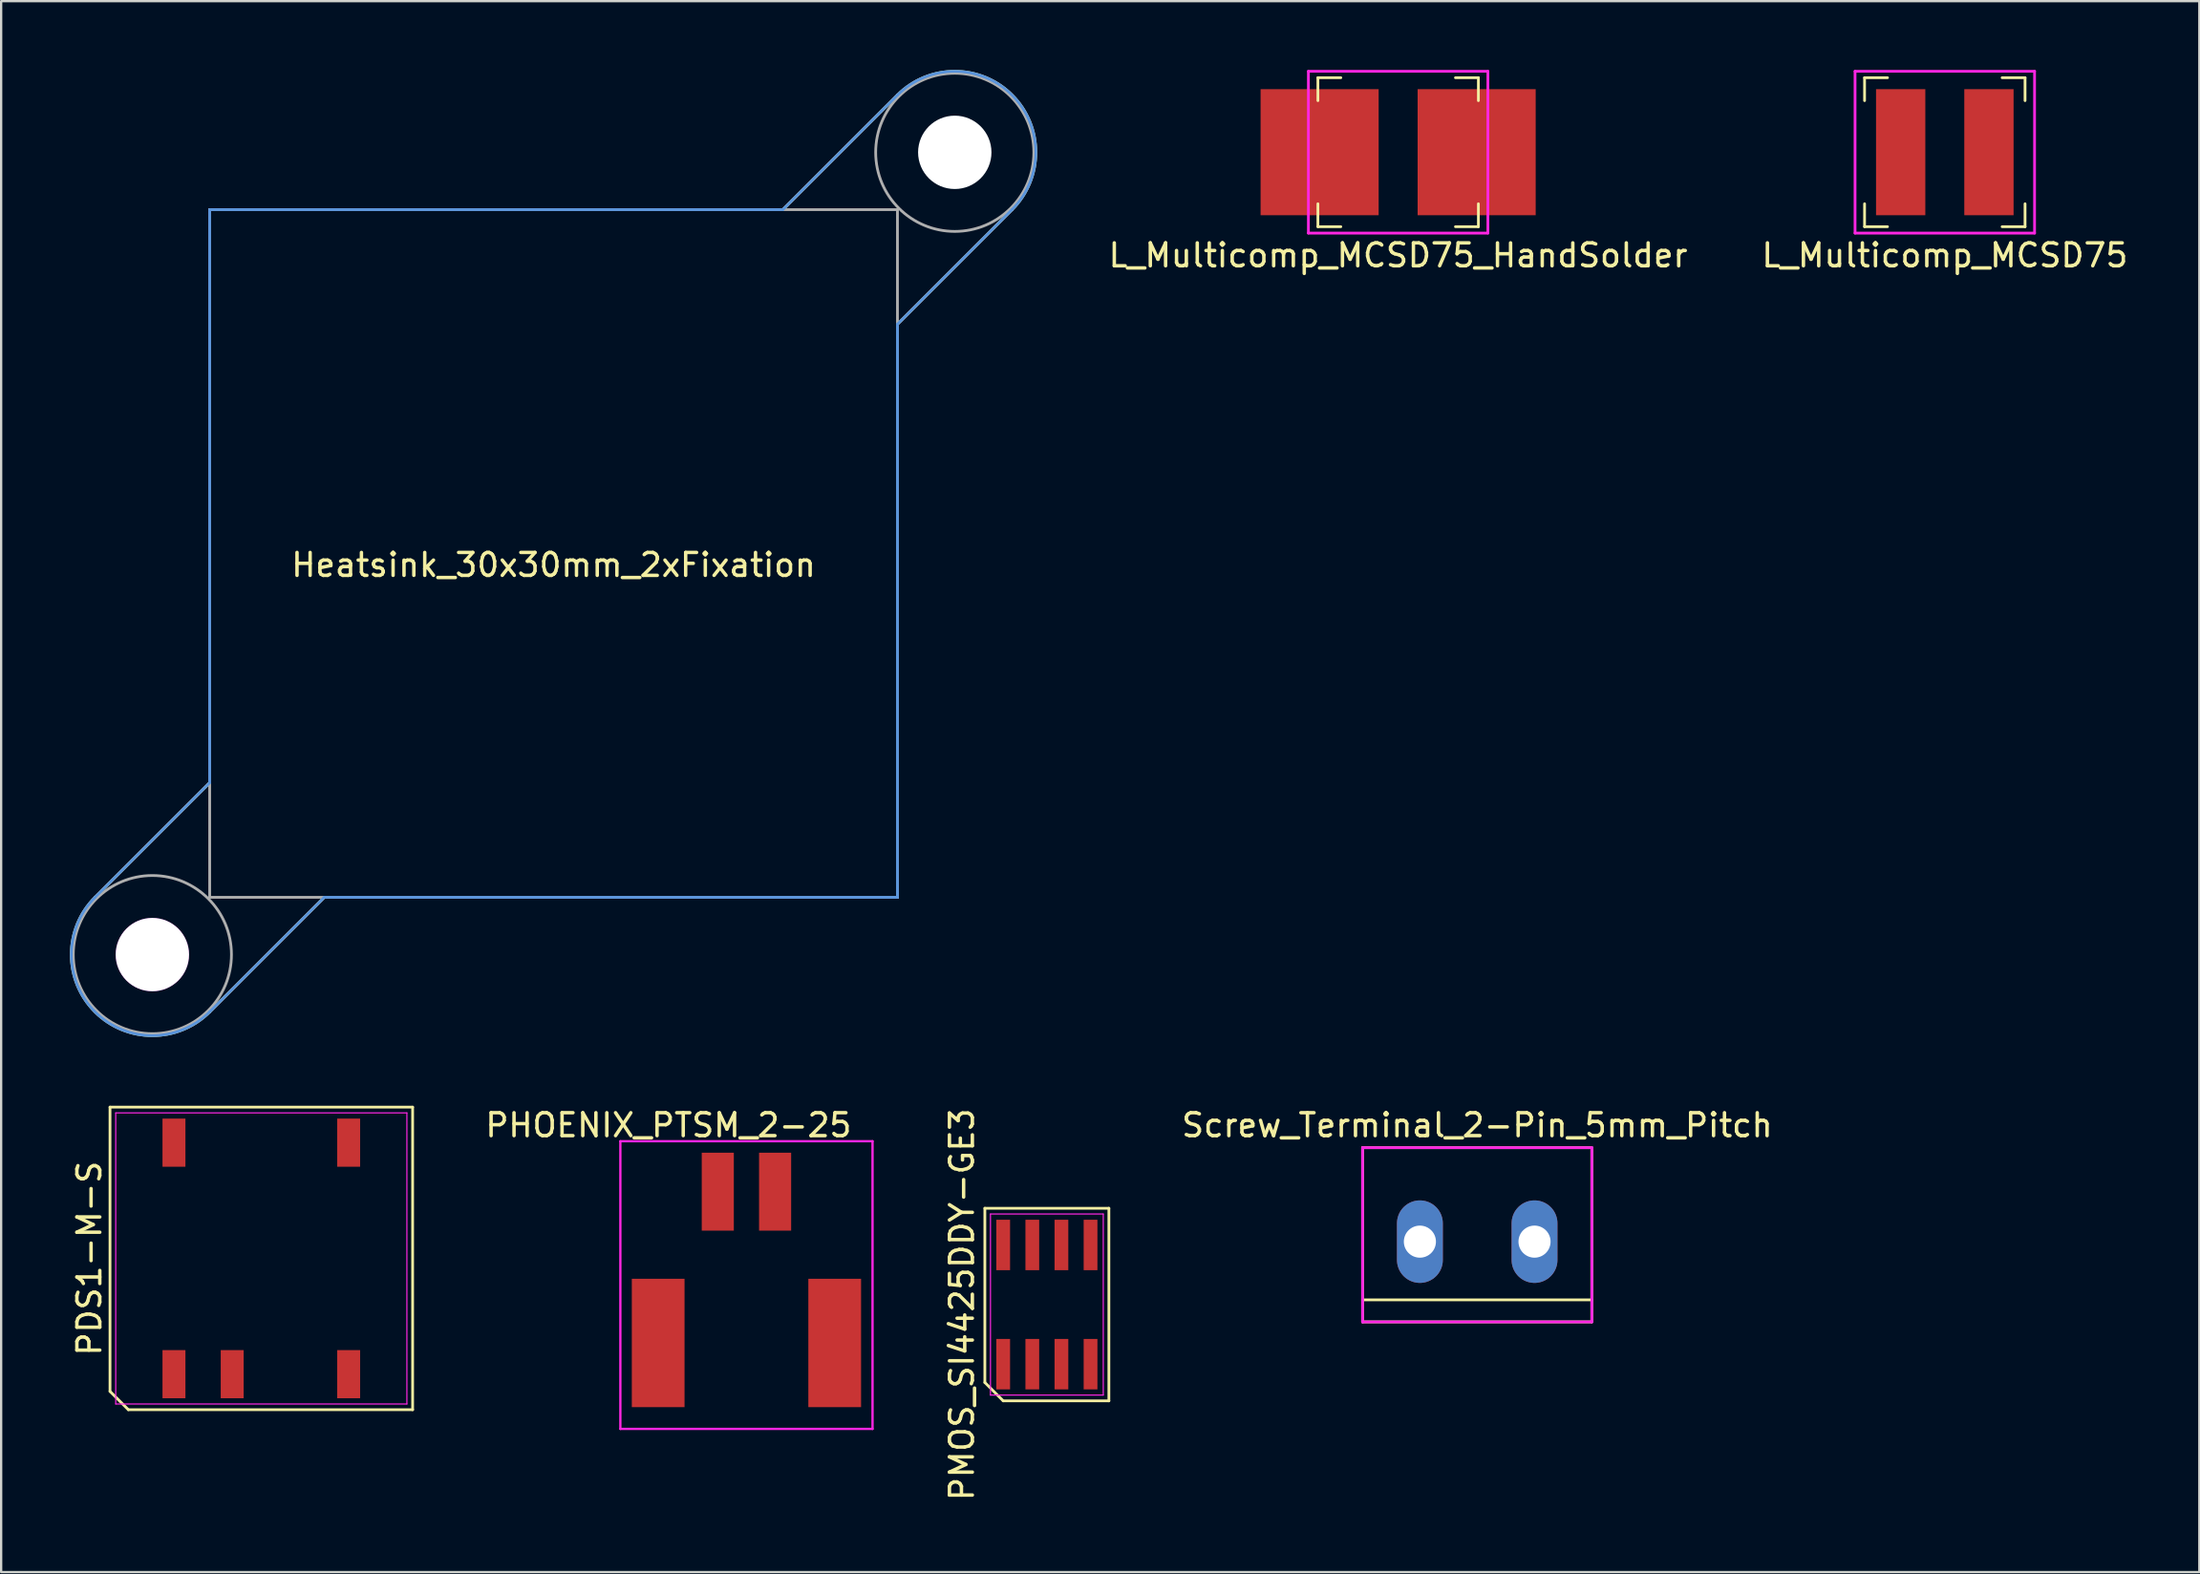
<source format=kicad_pcb>
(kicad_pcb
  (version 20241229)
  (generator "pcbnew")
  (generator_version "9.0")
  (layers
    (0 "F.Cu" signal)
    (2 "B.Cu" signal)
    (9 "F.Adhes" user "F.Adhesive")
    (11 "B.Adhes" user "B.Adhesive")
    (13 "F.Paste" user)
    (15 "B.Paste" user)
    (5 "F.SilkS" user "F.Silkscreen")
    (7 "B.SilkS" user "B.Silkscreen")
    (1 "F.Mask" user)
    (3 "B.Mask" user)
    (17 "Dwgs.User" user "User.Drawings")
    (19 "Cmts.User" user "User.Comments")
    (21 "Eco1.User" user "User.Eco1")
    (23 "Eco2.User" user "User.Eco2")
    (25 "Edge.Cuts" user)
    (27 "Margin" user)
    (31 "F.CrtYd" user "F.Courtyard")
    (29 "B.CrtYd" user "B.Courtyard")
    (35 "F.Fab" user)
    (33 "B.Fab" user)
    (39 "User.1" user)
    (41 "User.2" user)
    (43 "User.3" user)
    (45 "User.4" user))
  (footprint "PHOENIX_PTSM_2-25"
    (layer "F.Cu")
    (at 29.509 55.539)
    (property "Reference" "PHOENIX_PTSM_2-25" (at -3.4 -9.5 0) (layer "F.SilkS") (effects (font (size 1 1) (thickness 0.15))))
    (attr through_hole)
    (fp_line (start -5.5 -8.8) (end 5.5 -8.8) (stroke (width 0.1) (type solid)) (layer "F.CrtYd"))
    (fp_line (start -5.5 3.75) (end -5.5 -8.8) (stroke (width 0.1) (type solid)) (layer "F.CrtYd"))
    (fp_line (start -5.5 3.75) (end 5.5 3.75) (stroke (width 0.1) (type solid)) (layer "F.CrtYd"))
    (fp_line (start 5.5 3.75) (end 5.5 -8.8) (stroke (width 0.1) (type solid)) (layer "F.CrtYd"))
    (pad "1" smd rect (at -1.25 -6.6) (size 1.4 3.4) (layers "F.Cu" "F.Mask" "F.Paste"))
    (pad "2" smd rect (at 1.25 -6.6) (size 1.4 3.4) (layers "F.Cu" "F.Mask" "F.Paste"))
    (pad "NC" smd rect (at -3.85 0) (size 2.3 5.6) (layers "F.Cu" "F.Mask" "F.Paste"))
    (pad "NC" smd rect (at 3.85 0) (size 2.3 5.6) (layers "F.Cu" "F.Mask" "F.Paste")))
  (footprint "L_Multicomp_MCSD75_HandSolder"
    (layer "F.Cu")
    (at 57.935 3.59)
    (property "Reference" "L_Multicomp_MCSD75_HandSolder" (at 0 4.5 0) (layer "F.SilkS") (effects (font (size 1 1) (thickness 0.15))))
    (attr smd)
    (fp_line (start -3.5 -3.25) (end -3.5 -2.25) (stroke (width 0.12) (type solid)) (layer "F.SilkS"))
    (fp_line (start -3.5 2.25) (end -3.5 3.25) (stroke (width 0.12) (type solid)) (layer "F.SilkS"))
    (fp_line (start -3.5 3.25) (end -2.5 3.25) (stroke (width 0.12) (type solid)) (layer "F.SilkS"))
    (fp_line (start -2.5 -3.25) (end -3.5 -3.25) (stroke (width 0.12) (type solid)) (layer "F.SilkS"))
    (fp_line (start 2.5 -3.25) (end 3.5 -3.25) (stroke (width 0.12) (type solid)) (layer "F.SilkS"))
    (fp_line (start 3.5 -2.25) (end 3.5 -3.25) (stroke (width 0.12) (type solid)) (layer "F.SilkS"))
    (fp_line (start 3.5 3.25) (end 2.5 3.25) (stroke (width 0.12) (type solid)) (layer "F.SilkS"))
    (fp_line (start 3.5 3.25) (end 3.5 2.25) (stroke (width 0.12) (type solid)) (layer "F.SilkS"))
    (fp_line (start -3.915 -3.53) (end -3.915 3.53) (stroke (width 0.12) (type solid)) (layer "F.CrtYd"))
    (fp_line (start -3.915 -3.53) (end 3.915 -3.53) (stroke (width 0.12) (type solid)) (layer "F.CrtYd"))
    (fp_line (start -3.915 3.53) (end 3.915 3.53) (stroke (width 0.12) (type solid)) (layer "F.CrtYd"))
    (fp_line (start 3.915 -3.53) (end 3.915 3.53) (stroke (width 0.12) (type solid)) (layer "F.CrtYd"))
    (pad "1" smd rect (at -3.425 0) (size 5.15 5.5) (layers "F.Cu" "F.Mask" "F.Paste"))
    (pad "2" smd rect (at 3.425 0) (size 5.15 5.5) (layers "F.Cu" "F.Mask" "F.Paste")))
  (footprint "Heatsink_30x30mm_2xFixation"
    (layer "F.Cu")
    (at 21.096 21.096)
    (property "Reference" "Heatsink_30x30mm_2xFixation" (at 0 0.5 0) (layer "F.SilkS") (effects (font (size 1 1) (thickness 0.15))))
    (attr through_hole)
    (fp_line (start -20 15) (end -15 10) (stroke (width 0.12) (type solid)) (layer "F.SilkS"))
    (fp_line (start -15 -15) (end 10 -15) (stroke (width 0.12) (type solid)) (layer "F.SilkS"))
    (fp_line (start -15 10) (end -15 -15) (stroke (width 0.12) (type solid)) (layer "F.SilkS"))
    (fp_line (start -15 20) (end -10 15) (stroke (width 0.12) (type solid)) (layer "F.SilkS"))
    (fp_line (start 10 -15) (end 15 -20) (stroke (width 0.12) (type solid)) (layer "F.SilkS"))
    (fp_line (start 15 -10) (end 15 15) (stroke (width 0.12) (type solid)) (layer "F.SilkS"))
    (fp_line (start 15 -10) (end 20 -15) (stroke (width 0.12) (type solid)) (layer "F.SilkS"))
    (fp_line (start 15 15) (end -10 15) (stroke (width 0.12) (type solid)) (layer "F.SilkS"))
    (fp_arc (start -15.000001 19.999999) (mid -19.999999 19.999999) (end -19.999999 15.000001) (stroke (width 0.12) (type solid)) (layer "F.SilkS"))
    (fp_arc (start 15.000001 -19.999999) (mid 19.999999 -19.999999) (end 19.999999 -15.000001) (stroke (width 0.12) (type solid)) (layer "F.SilkS"))
    (fp_line (start -15 -15) (end -15 10) (stroke (width 0.12) (type solid)) (layer "Cmts.User"))
    (fp_line (start -15 -15) (end 10 -15) (stroke (width 0.12) (type solid)) (layer "Cmts.User"))
    (fp_line (start -15 10) (end -20 15) (stroke (width 0.12) (type solid)) (layer "Cmts.User"))
    (fp_line (start -15 20) (end -10 15) (stroke (width 0.12) (type solid)) (layer "Cmts.User"))
    (fp_line (start -10 15) (end 15 15) (stroke (width 0.12) (type solid)) (layer "Cmts.User"))
    (fp_line (start 10 -15) (end 15 -20) (stroke (width 0.12) (type solid)) (layer "Cmts.User"))
    (fp_line (start 15 -10) (end 20 -15) (stroke (width 0.12) (type solid)) (layer "Cmts.User"))
    (fp_line (start 15 15) (end 15 -10) (stroke (width 0.12) (type solid)) (layer "Cmts.User"))
    (fp_arc (start -15.000001 19.999999) (mid -19.999999 19.999999) (end -19.999999 15.000001) (stroke (width 0.12) (type solid)) (layer "Cmts.User"))
    (fp_arc (start 15.000001 -19.999999) (mid 19.999999 -19.999999) (end 19.999999 -15.000001) (stroke (width 0.12) (type solid)) (layer "Cmts.User"))
    (fp_line (start -15 -15) (end 15 -15) (stroke (width 0.12) (type solid)) (layer "F.Fab"))
    (fp_line (start -15 15) (end -15 -15) (stroke (width 0.12) (type solid)) (layer "F.Fab"))
    (fp_line (start 15 -15) (end 15 15) (stroke (width 0.12) (type solid)) (layer "F.Fab"))
    (fp_line (start 15 15) (end -15 15) (stroke (width 0.12) (type solid)) (layer "F.Fab"))
    (fp_circle (center -17.5 17.5) (end -14.05 17.5) (stroke (width 0.12) (type solid)) (fill no) (layer "F.Fab"))
    (fp_circle (center 17.5 -17.5) (end 20.95 -17.5) (stroke (width 0.12) (type solid)) (fill no) (layer "F.Fab"))
    (pad "" np_thru_hole circle (at -17.5 17.5) (size 3.2 3.2) (drill 3.2) (layers "*.Cu" "*.Mask" "F.Adhes"))
    (pad "" np_thru_hole circle (at 17.5 -17.5) (size 3.2 3.2) (drill 3.2) (layers "*.Cu" "*.Mask")))
  (footprint "PMOS_SI4425DDY-GE3"
    (layer "F.Cu")
    (at 42.613 53.864)
    (property "Reference" "PMOS_SI4425DDY-GE3" (at -3.705 0 90) (layer "F.SilkS") (effects (font (size 1 1) (thickness 0.15))))
    (attr smd)
    (fp_line (start -2.705 -4.2) (end 2.705 -4.2) (stroke (width 0.12) (type solid)) (layer "F.SilkS"))
    (fp_line (start -2.705 3.4) (end -2.705 -4.2) (stroke (width 0.12) (type solid)) (layer "F.SilkS"))
    (fp_line (start -1.905 4.2) (end -2.705 3.4) (stroke (width 0.12) (type solid)) (layer "F.SilkS"))
    (fp_line (start 2.705 -4.2) (end 2.705 4.2) (stroke (width 0.12) (type solid)) (layer "F.SilkS"))
    (fp_line (start 2.705 4.2) (end -1.905 4.2) (stroke (width 0.12) (type solid)) (layer "F.SilkS"))
    (fp_line (start -2.46 -3.95) (end 2.46 -3.95) (stroke (width 0.05) (type solid)) (layer "F.CrtYd"))
    (fp_line (start -2.46 3.95) (end -2.46 -3.95) (stroke (width 0.05) (type solid)) (layer "F.CrtYd"))
    (fp_line (start 2.46 -3.95) (end 2.46 3.95) (stroke (width 0.05) (type solid)) (layer "F.CrtYd"))
    (fp_line (start 2.46 3.95) (end -2.46 3.95) (stroke (width 0.05) (type solid)) (layer "F.CrtYd"))
    (pad "1" smd rect (at 1.905 2.6) (size 0.6 2.2) (layers "F.Cu" "F.Mask" "F.Paste"))
    (pad "2" smd rect (at -1.905 2.6) (size 0.6 2.2) (layers "F.Cu" "F.Mask" "F.Paste"))
    (pad "2" smd rect (at -0.635 2.6) (size 0.6 2.2) (layers "F.Cu" "F.Mask" "F.Paste"))
    (pad "2" smd rect (at 0.635 2.6) (size 0.6 2.2) (layers "F.Cu" "F.Mask" "F.Paste"))
    (pad "3" smd rect (at -1.905 -2.6) (size 0.6 2.2) (layers "F.Cu" "F.Mask" "F.Paste"))
    (pad "3" smd rect (at -0.635 -2.6) (size 0.6 2.2) (layers "F.Cu" "F.Mask" "F.Paste"))
    (pad "3" smd rect (at 0.635 -2.6) (size 0.6 2.2) (layers "F.Cu" "F.Mask" "F.Paste"))
    (pad "3" smd rect (at 1.905 -2.6) (size 0.6 2.2) (layers "F.Cu" "F.Mask" "F.Paste")))
  (footprint "L_Multicomp_MCSD75"
    (layer "F.Cu")
    (at 81.78 3.59)
    (property "Reference" "L_Multicomp_MCSD75" (at 0 4.5 0) (layer "F.SilkS") (effects (font (size 1 1) (thickness 0.15))))
    (attr smd)
    (fp_line (start -3.5 -3.25) (end -3.5 -2.25) (stroke (width 0.12) (type solid)) (layer "F.SilkS"))
    (fp_line (start -3.5 2.25) (end -3.5 3.25) (stroke (width 0.12) (type solid)) (layer "F.SilkS"))
    (fp_line (start -3.5 3.25) (end -2.5 3.25) (stroke (width 0.12) (type solid)) (layer "F.SilkS"))
    (fp_line (start -2.5 -3.25) (end -3.5 -3.25) (stroke (width 0.12) (type solid)) (layer "F.SilkS"))
    (fp_line (start 2.5 -3.25) (end 3.5 -3.25) (stroke (width 0.12) (type solid)) (layer "F.SilkS"))
    (fp_line (start 3.5 -2.25) (end 3.5 -3.25) (stroke (width 0.12) (type solid)) (layer "F.SilkS"))
    (fp_line (start 3.5 3.25) (end 2.5 3.25) (stroke (width 0.12) (type solid)) (layer "F.SilkS"))
    (fp_line (start 3.5 3.25) (end 3.5 2.25) (stroke (width 0.12) (type solid)) (layer "F.SilkS"))
    (fp_line (start -3.915 -3.53) (end -3.915 3.53) (stroke (width 0.12) (type solid)) (layer "F.CrtYd"))
    (fp_line (start -3.915 -3.53) (end 3.915 -3.53) (stroke (width 0.12) (type solid)) (layer "F.CrtYd"))
    (fp_line (start -3.915 3.53) (end 3.915 3.53) (stroke (width 0.12) (type solid)) (layer "F.CrtYd"))
    (fp_line (start 3.915 -3.53) (end 3.915 3.53) (stroke (width 0.12) (type solid)) (layer "F.CrtYd"))
    (pad "1" smd rect (at -1.925 0) (size 2.15 5.5) (layers "F.Cu" "F.Mask" "F.Paste"))
    (pad "2" smd rect (at 1.925 0) (size 2.15 5.5) (layers "F.Cu" "F.Mask" "F.Paste")))
  (footprint "Screw_Terminal_2-Pin_5mm_Pitch"
    (layer "F.Cu")
    (at 61.384 51.119)
    (property "Reference" "Screw_Terminal_2-Pin_5mm_Pitch" (at 0 -5.08 0) (layer "F.SilkS") (effects (font (size 1 1) (thickness 0.15))))
    (attr through_hole)
    (fp_line (start -5 -4.1) (end -5 3.5) (stroke (width 0.12) (type solid)) (layer "F.SilkS"))
    (fp_line (start -5 -4.1) (end 5 -4.1) (stroke (width 0.12) (type solid)) (layer "F.SilkS"))
    (fp_line (start -5 2.54) (end 5 2.54) (stroke (width 0.12) (type solid)) (layer "F.SilkS"))
    (fp_line (start -5 3.5) (end 5 3.5) (stroke (width 0.12) (type solid)) (layer "F.SilkS"))
    (fp_line (start 5 -4) (end 5 3.5) (stroke (width 0.12) (type solid)) (layer "F.SilkS"))
    (fp_line (start -5 -4.1) (end 5 -4.1) (stroke (width 0.12) (type solid)) (layer "F.CrtYd"))
    (fp_line (start -5 3.5) (end -5 -4.1) (stroke (width 0.12) (type solid)) (layer "F.CrtYd"))
    (fp_line (start 5 -4.1) (end 5 3.5) (stroke (width 0.12) (type solid)) (layer "F.CrtYd"))
    (fp_line (start 5 3.5) (end -5 3.5) (stroke (width 0.12) (type solid)) (layer "F.CrtYd"))
    (pad "1" thru_hole oval (at -2.5 0) (size 2 3.6) (drill 1.4) (layers "*.Cu" "*.Mask"))
    (pad "2" thru_hole oval (at 2.5 0) (size 2 3.6) (drill 1.4) (layers "*.Cu" "*.Mask")))
  (footprint "PDS1-M-S"
    (layer "F.Cu")
    (at 8.348 51.851)
    (property "Reference" "PDS1-M-S" (at -7.5 0 90) (layer "F.SilkS") (effects (font (size 1 1) (thickness 0.15))))
    (attr smd)
    (fp_line (start -6.6 -6.6) (end 6.6 -6.6) (stroke (width 0.12) (type solid)) (layer "F.SilkS"))
    (fp_line (start -6.6 5.8) (end -6.6 -6.6) (stroke (width 0.12) (type solid)) (layer "F.SilkS"))
    (fp_line (start -5.8 6.6) (end -6.6 5.8) (stroke (width 0.12) (type solid)) (layer "F.SilkS"))
    (fp_line (start 6.6 -6.6) (end 6.6 6.6) (stroke (width 0.12) (type solid)) (layer "F.SilkS"))
    (fp_line (start 6.6 6.6) (end -5.8 6.6) (stroke (width 0.12) (type solid)) (layer "F.SilkS"))
    (fp_line (start -6.35 -6.35) (end 6.35 -6.35) (stroke (width 0.05) (type solid)) (layer "F.CrtYd"))
    (fp_line (start -6.35 6.35) (end -6.35 -6.35) (stroke (width 0.05) (type solid)) (layer "F.CrtYd"))
    (fp_line (start 6.35 -6.35) (end 6.35 6.35) (stroke (width 0.05) (type solid)) (layer "F.CrtYd"))
    (fp_line (start 6.35 6.35) (end -6.35 6.35) (stroke (width 0.05) (type solid)) (layer "F.CrtYd"))
    (pad "1" smd rect (at -3.81 5.05) (size 1 2.1) (layers "F.Cu" "F.Mask" "F.Paste"))
    (pad "2" smd rect (at -1.27 5.05) (size 1 2.1) (layers "F.Cu" "F.Mask" "F.Paste"))
    (pad "4" smd rect (at 3.81 5.05) (size 1 2.1) (layers "F.Cu" "F.Mask" "F.Paste"))
    (pad "5" smd rect (at 3.81 -5.05) (size 1 2.1) (layers "F.Cu" "F.Mask" "F.Paste"))
    (pad "8" smd rect (at -3.81 -5.05) (size 1 2.1) (layers "F.Cu" "F.Mask" "F.Paste")))
  (gr_rect
    (start -3 -3)
    (end 92.882 65.536)
    (stroke (width 0.1) (type default))
    (fill no)
    (layer "Edge.Cuts")))
</source>
